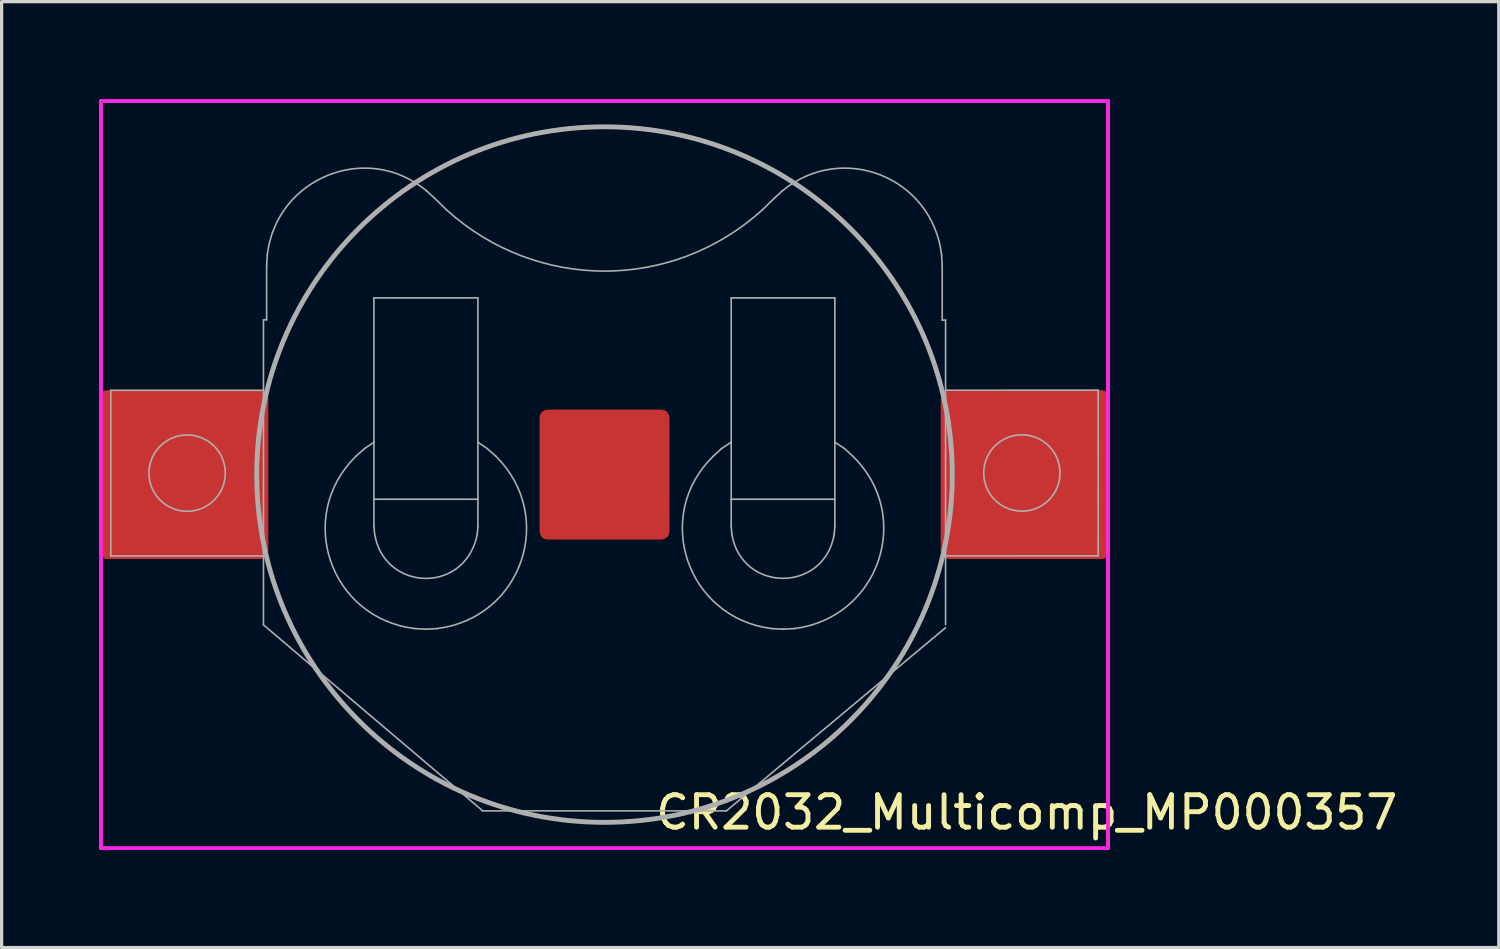
<source format=kicad_pcb>
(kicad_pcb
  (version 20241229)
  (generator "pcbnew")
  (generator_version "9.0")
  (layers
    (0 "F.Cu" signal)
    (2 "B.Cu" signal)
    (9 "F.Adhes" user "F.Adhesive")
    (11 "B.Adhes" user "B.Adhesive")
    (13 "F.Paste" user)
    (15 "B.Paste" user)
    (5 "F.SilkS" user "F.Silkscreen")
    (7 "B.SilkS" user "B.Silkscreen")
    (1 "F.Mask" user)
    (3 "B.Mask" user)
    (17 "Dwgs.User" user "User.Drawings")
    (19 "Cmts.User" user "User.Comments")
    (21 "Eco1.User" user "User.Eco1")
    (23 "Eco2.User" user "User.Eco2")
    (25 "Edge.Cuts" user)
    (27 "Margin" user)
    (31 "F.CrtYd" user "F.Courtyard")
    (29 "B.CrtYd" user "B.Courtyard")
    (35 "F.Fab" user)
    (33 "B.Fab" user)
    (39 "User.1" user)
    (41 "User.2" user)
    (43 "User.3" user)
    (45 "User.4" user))
  (footprint "CR2032_Multicomp_MP000357"
    (layer "F.Cu")
    (at 15.56 11.56)
    (property "Reference" "CR2032_Multicomp_MP000357" (at 13 10.4 0) (layer "F.SilkS") (effects (font (size 1 1) (thickness 0.15))))
    (attr through_hole)
    (fp_line (start -15.5 -11.5) (end 15.5 -11.5) (stroke (width 0.12) (type solid)) (layer "F.CrtYd"))
    (fp_line (start -15.5 11.5) (end -15.5 -11.5) (stroke (width 0.12) (type solid)) (layer "F.CrtYd"))
    (fp_line (start 15.5 -11.5) (end 15.5 11.5) (stroke (width 0.12) (type solid)) (layer "F.CrtYd"))
    (fp_line (start 15.5 11.5) (end -15.5 11.5) (stroke (width 0.12) (type solid)) (layer "F.CrtYd"))
    (fp_line (start -15.199 -2.595) (end -15.199 2.505) (stroke (width 0.05) (type solid)) (layer "F.Fab"))
    (fp_line (start -15.199 -2.595) (end -10.499 -2.595) (stroke (width 0.05) (type solid)) (layer "F.Fab"))
    (fp_line (start -15.199 2.505) (end -10.499 2.505) (stroke (width 0.05) (type solid)) (layer "F.Fab"))
    (fp_line (start -10.499 -4.765) (end -10.402 -4.765) (stroke (width 0.05) (type solid)) (layer "F.Fab"))
    (fp_line (start -10.499 4.628) (end -10.499 -4.765) (stroke (width 0.05) (type solid)) (layer "F.Fab"))
    (fp_line (start -10.402 -6.434) (end -10.381 -6.773) (stroke (width 0.05) (type solid)) (layer "F.Fab"))
    (fp_line (start -10.402 -4.765) (end -10.402 -6.434) (stroke (width 0.05) (type solid)) (layer "F.Fab"))
    (fp_line (start -7.387 -0.801) (end -7.653 -0.565) (stroke (width 0.05) (type solid)) (layer "F.Fab"))
    (fp_line (start -7.099 -5.439) (end -7.099 1.6) (stroke (width 0.05) (type solid)) (layer "F.Fab"))
    (fp_line (start -7.099 -5.439) (end -3.898 -5.439) (stroke (width 0.05) (type solid)) (layer "F.Fab"))
    (fp_line (start -7.099 0.759) (end -3.898 0.759) (stroke (width 0.05) (type solid)) (layer "F.Fab"))
    (fp_line (start -7.099 -0.996) (end -7.387 -0.801) (stroke (width 0.05) (type solid)) (layer "F.Fab"))
    (fp_line (start -5.847 4.74) (end -5.499 4.76) (stroke (width 0.05) (type solid)) (layer "F.Fab"))
    (fp_line (start -5.499 4.76) (end -5.15 4.74) (stroke (width 0.05) (type solid)) (layer "F.Fab"))
    (fp_line (start -5.476 -8.732) (end -5.23 -8.507) (stroke (width 0.05) (type solid)) (layer "F.Fab"))
    (fp_line (start -5.23 -8.507) (end -4.851 -8.137) (stroke (width 0.05) (type solid)) (layer "F.Fab"))
    (fp_line (start -3.918 1.846) (end -3.898 1.6) (stroke (width 0.05) (type solid)) (layer "F.Fab"))
    (fp_line (start -3.898 1.6) (end -3.898 -5.439) (stroke (width 0.05) (type solid)) (layer "F.Fab"))
    (fp_line (start -3.749 10.352) (end -10.499 4.628) (stroke (width 0.05) (type solid)) (layer "F.Fab"))
    (fp_line (start -3.611 -0.801) (end -3.898 -0.996) (stroke (width 0.05) (type solid)) (layer "F.Fab"))
    (fp_line (start -3.344 -0.565) (end -3.611 -0.801) (stroke (width 0.05) (type solid)) (layer "F.Fab"))
    (fp_line (start 3.602 -0.801) (end 3.346 -0.565) (stroke (width 0.05) (type solid)) (layer "F.Fab"))
    (fp_line (start 3.751 10.352) (end -3.749 10.352) (stroke (width 0.05) (type solid)) (layer "F.Fab"))
    (fp_line (start 3.751 10.352) (end 10.499 4.713) (stroke (width 0.05) (type solid)) (layer "F.Fab"))
    (fp_line (start 3.9 -5.439) (end 7.091 -5.439) (stroke (width 0.05) (type solid)) (layer "F.Fab"))
    (fp_line (start 3.9 1.6) (end 3.9 -5.439) (stroke (width 0.05) (type solid)) (layer "F.Fab"))
    (fp_line (start 3.9 1.6) (end 3.921 1.846) (stroke (width 0.05) (type solid)) (layer "F.Fab"))
    (fp_line (start 3.9 -0.996) (end 3.602 -0.801) (stroke (width 0.05) (type solid)) (layer "F.Fab"))
    (fp_line (start 4.846 -8.137) (end 5.225 -8.507) (stroke (width 0.05) (type solid)) (layer "F.Fab"))
    (fp_line (start 5.142 4.74) (end 5.501 4.76) (stroke (width 0.05) (type solid)) (layer "F.Fab"))
    (fp_line (start 5.471 -8.732) (end 5.225 -8.507) (stroke (width 0.05) (type solid)) (layer "F.Fab"))
    (fp_line (start 5.501 4.76) (end 5.849 4.74) (stroke (width 0.05) (type solid)) (layer "F.Fab"))
    (fp_line (start 7.07 1.846) (end 7.091 1.6) (stroke (width 0.05) (type solid)) (layer "F.Fab"))
    (fp_line (start 7.091 0.759) (end 3.9 0.759) (stroke (width 0.05) (type solid)) (layer "F.Fab"))
    (fp_line (start 7.091 1.6) (end 7.091 -5.439) (stroke (width 0.05) (type solid)) (layer "F.Fab"))
    (fp_line (start 7.389 -0.801) (end 7.091 -0.996) (stroke (width 0.05) (type solid)) (layer "F.Fab"))
    (fp_line (start 7.645 -0.565) (end 7.389 -0.801) (stroke (width 0.05) (type solid)) (layer "F.Fab"))
    (fp_line (start 10.396 -6.434) (end 10.376 -6.773) (stroke (width 0.05) (type solid)) (layer "F.Fab"))
    (fp_line (start 10.396 -4.756) (end 10.396 -6.434) (stroke (width 0.05) (type solid)) (layer "F.Fab"))
    (fp_line (start 10.499 -4.756) (end 10.396 -4.756) (stroke (width 0.05) (type solid)) (layer "F.Fab"))
    (fp_line (start 10.499 4.618) (end 10.499 -4.756) (stroke (width 0.05) (type solid)) (layer "F.Fab"))
    (fp_line (start 15.197 -2.599) (end 10.497 -2.598) (stroke (width 0.05) (type solid)) (layer "F.Fab"))
    (fp_line (start 15.197 -2.599) (end 15.199 2.501) (stroke (width 0.05) (type solid)) (layer "F.Fab"))
    (fp_line (start 15.199 2.501) (end 10.499 2.502) (stroke (width 0.05) (type solid)) (layer "F.Fab"))
    (fp_circle (center -12.849 -0.045) (end -11.674 -0.045) (stroke (width 0.05) (type solid)) (fill no) (layer "F.Fab"))
    (fp_circle (center 0 0) (end 10.706 0) (stroke (width 0.15) (type solid)) (fill no) (layer "F.Fab"))
    (fp_circle (center 12.848 -0.049) (end 14.023 -0.049) (stroke (width 0.05) (type solid)) (fill no) (layer "F.Fab"))
    (fp_curve (pts (xy -10.381 -6.773) (xy -10.094 -9.141) (xy -7.311 -10.268) (xy -5.476 -8.732)) (stroke (width 0.05) (type solid)) (layer "F.Fab"))
    (fp_curve (pts (xy -7.653 -0.565) (xy -9.528 1.283) (xy -8.459 4.416) (xy -5.847 4.74)) (stroke (width 0.05) (type solid)) (layer "F.Fab"))
    (fp_curve (pts (xy -7.099 1.6) (xy -7.003 3.577) (xy -4.316 3.785) (xy -3.918 1.846)) (stroke (width 0.05) (type solid)) (layer "F.Fab"))
    (fp_curve (pts (xy -5.15 4.74) (xy -2.535 4.409) (xy -1.477 1.283) (xy -3.344 -0.565)) (stroke (width 0.05) (type solid)) (layer "F.Fab"))
    (fp_curve (pts (xy -4.851 -8.137) (xy -2.079 -5.643) (xy 2.075 -5.637) (xy 4.846 -8.137)) (stroke (width 0.05) (type solid)) (layer "F.Fab"))
    (fp_curve (pts (xy 3.346 -0.565) (xy 1.468 1.267) (xy 2.535 4.41) (xy 5.142 4.74)) (stroke (width 0.05) (type solid)) (layer "F.Fab"))
    (fp_curve (pts (xy 3.921 1.846) (xy 4.234 3.643) (xy 6.757 3.643) (xy 7.07 1.846)) (stroke (width 0.05) (type solid)) (layer "F.Fab"))
    (fp_curve (pts (xy 5.849 4.74) (xy 8.454 4.41) (xy 9.528 1.269) (xy 7.645 -0.565)) (stroke (width 0.05) (type solid)) (layer "F.Fab"))
    (fp_curve (pts (xy 10.376 -6.773) (xy 10.082 -9.163) (xy 7.313 -10.257) (xy 5.471 -8.732)) (stroke (width 0.05) (type solid)) (layer "F.Fab"))
    (pad "+" smd roundrect (at -12.95 0) (size 5.2 5.2) (layers "F.Cu" "F.Mask" "F.Paste") (roundrect_rratio 0.048))
    (pad "+" smd roundrect (at 12.95 0) (size 5.2 5.2) (layers "F.Cu" "F.Mask" "F.Paste") (roundrect_rratio 0.048))
    (pad "-" smd roundrect (at 0 0) (size 4 4) (layers "F.Cu" "F.Mask") (roundrect_rratio 0.062)))
  (gr_rect
    (start -3 -3)
    (end 43.09 26.12)
    (stroke (width 0.1) (type default))
    (fill no)
    (layer "Edge.Cuts")))
</source>
